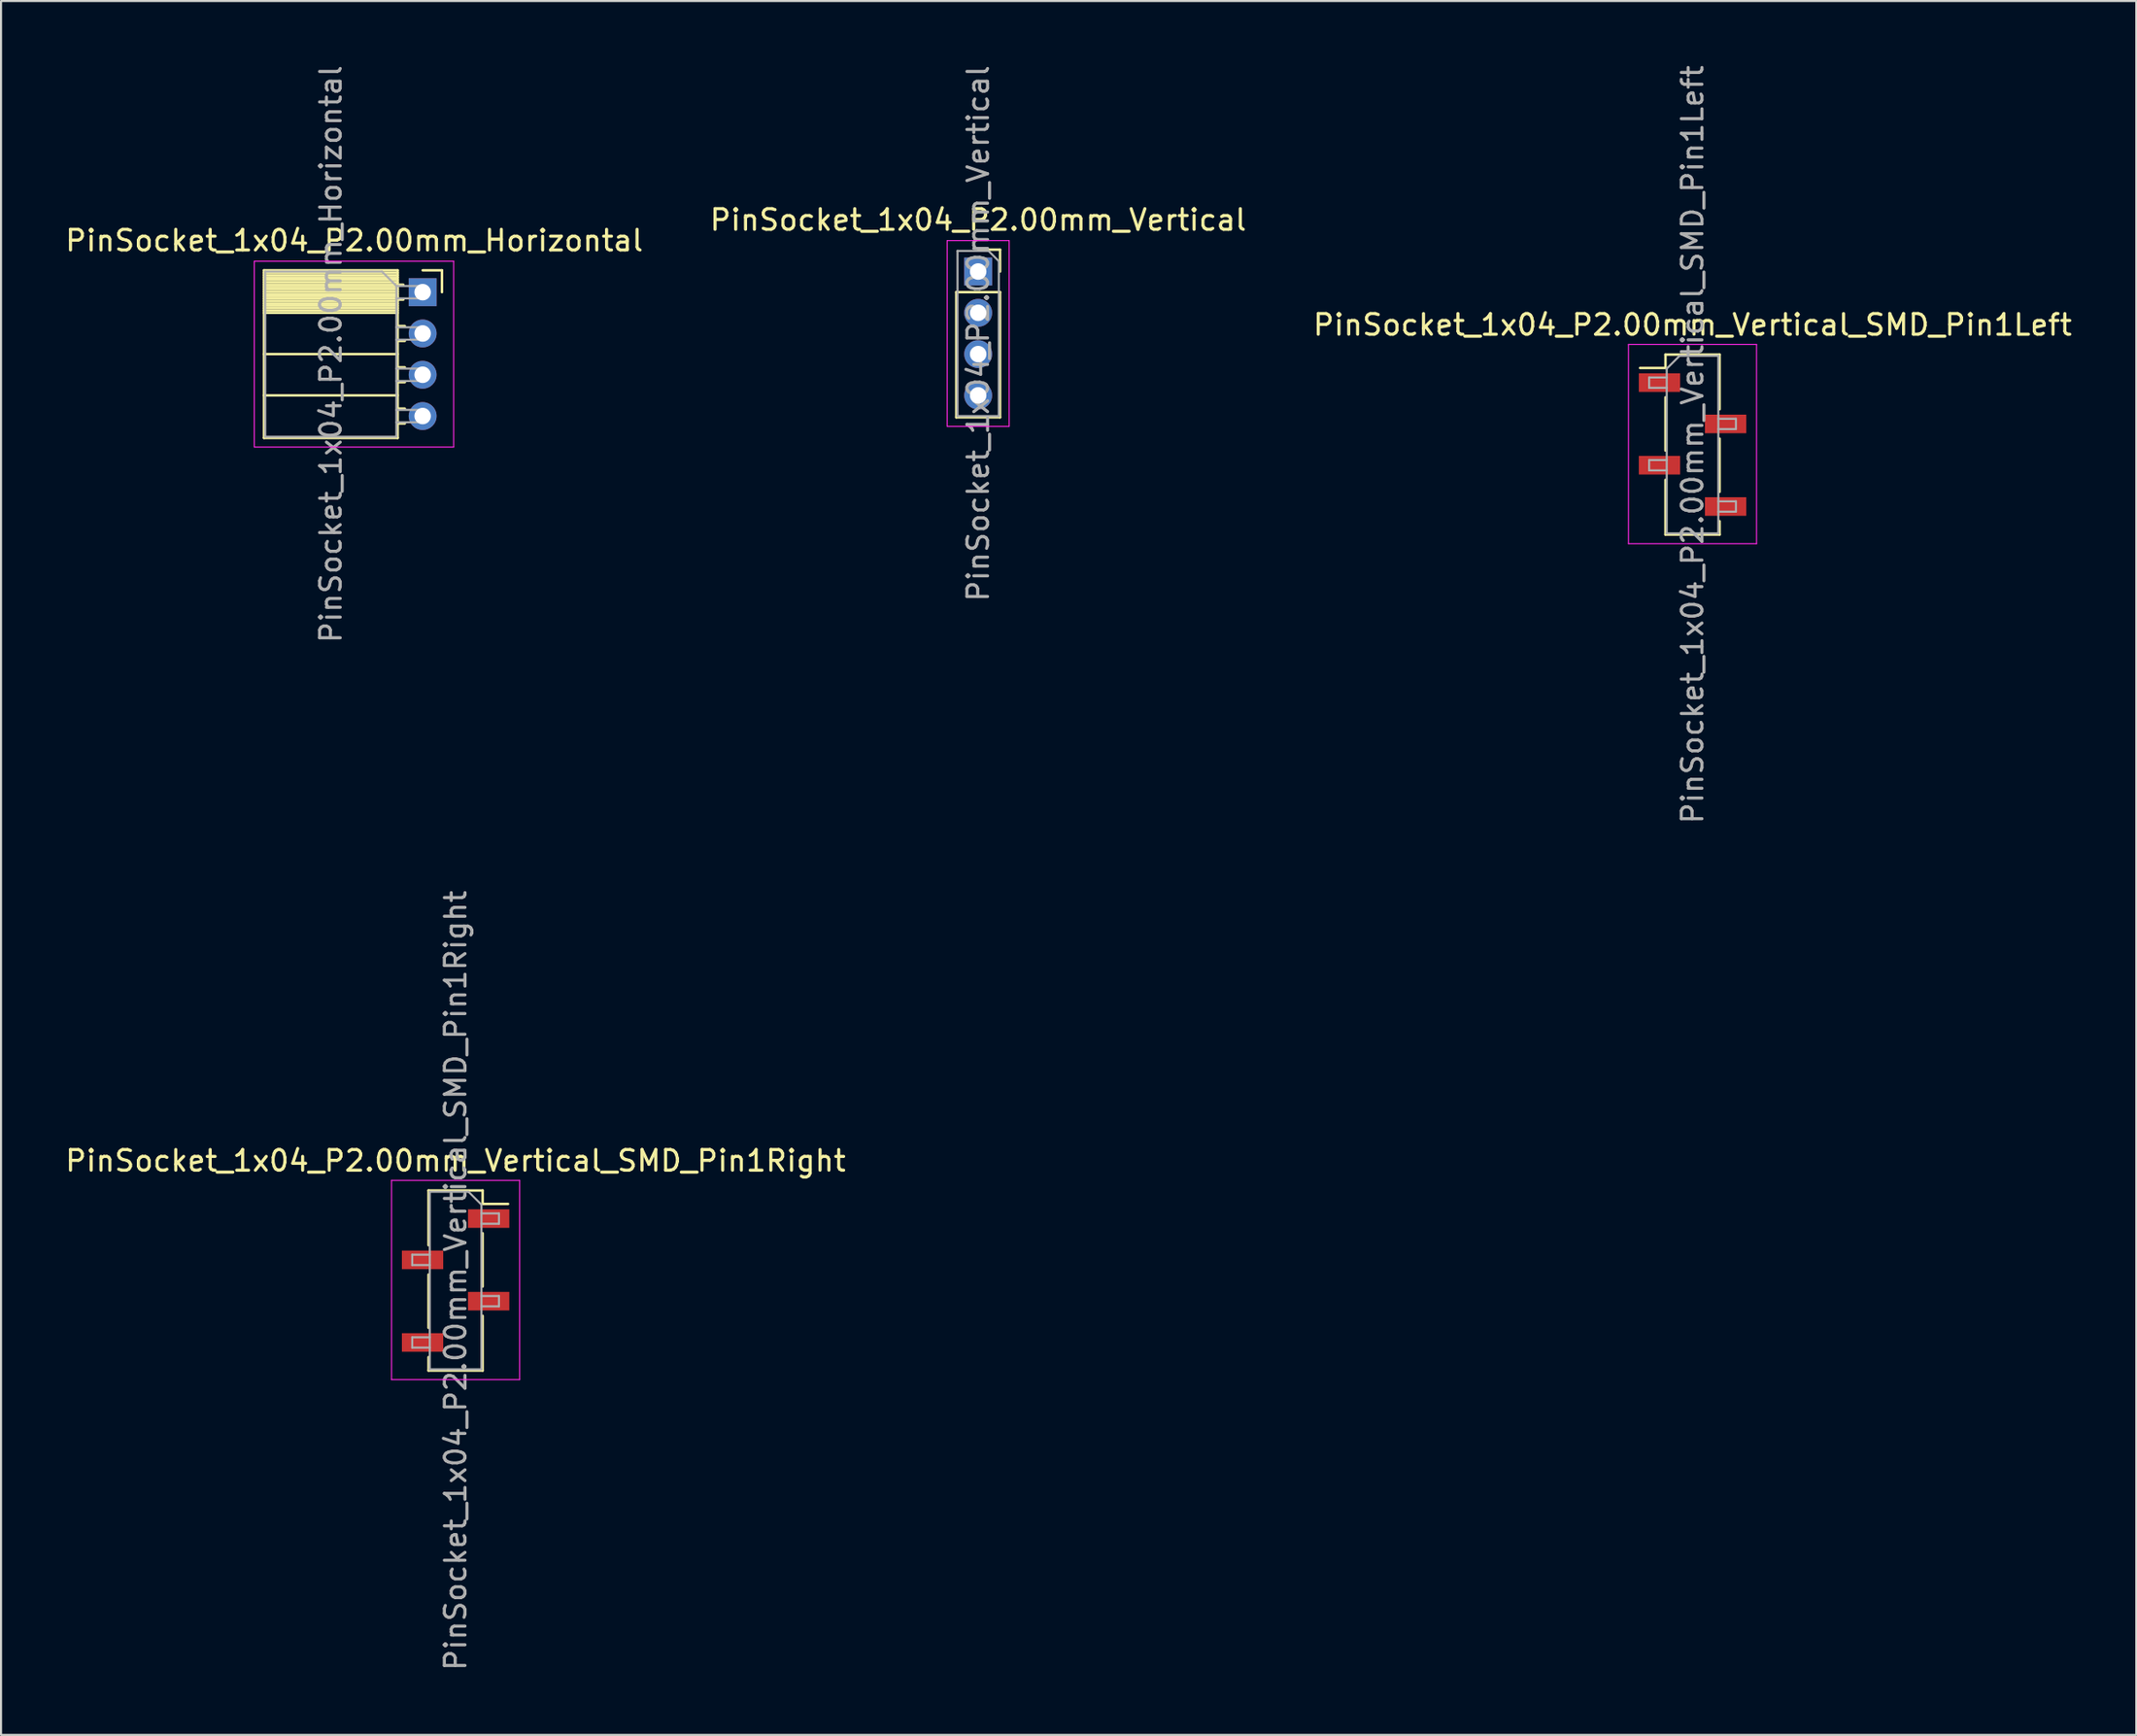
<source format=kicad_pcb>
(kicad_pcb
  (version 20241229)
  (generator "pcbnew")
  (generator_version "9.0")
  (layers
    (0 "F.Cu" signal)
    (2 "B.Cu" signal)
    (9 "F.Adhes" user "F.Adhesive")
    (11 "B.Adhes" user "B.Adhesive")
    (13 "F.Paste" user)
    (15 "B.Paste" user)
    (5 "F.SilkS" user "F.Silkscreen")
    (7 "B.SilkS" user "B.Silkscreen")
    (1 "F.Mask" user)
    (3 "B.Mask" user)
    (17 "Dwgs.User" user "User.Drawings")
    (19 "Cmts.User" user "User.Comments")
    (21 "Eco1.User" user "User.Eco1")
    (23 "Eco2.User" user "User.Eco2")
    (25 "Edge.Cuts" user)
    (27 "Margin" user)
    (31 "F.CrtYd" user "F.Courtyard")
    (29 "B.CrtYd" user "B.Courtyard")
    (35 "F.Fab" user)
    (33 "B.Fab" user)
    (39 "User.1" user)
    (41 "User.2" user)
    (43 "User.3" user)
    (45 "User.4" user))
  (footprint "PinSocket_1x04_P2.00mm_Horizontal"
    (layer "F.Cu")
    (at 17.411 11.101)
    (property "Reference" "PinSocket_1x04_P2.00mm_Horizontal" (at -3.31 -2.5 0) (layer "F.SilkS") (effects (font (size 1 1) (thickness 0.15))))
    (attr through_hole)
    (fp_line (start -7.68 -1.06) (end -7.68 7.06) (stroke (width 0.12) (type solid)) (layer "F.SilkS"))
    (fp_line (start -7.68 -1.06) (end -1.21 -1.06) (stroke (width 0.12) (type solid)) (layer "F.SilkS"))
    (fp_line (start -7.68 -0.94) (end -1.21 -0.94) (stroke (width 0.12) (type solid)) (layer "F.SilkS"))
    (fp_line (start -7.68 -0.826) (end -1.21 -0.826) (stroke (width 0.12) (type solid)) (layer "F.SilkS"))
    (fp_line (start -7.68 -0.712) (end -1.21 -0.712) (stroke (width 0.12) (type solid)) (layer "F.SilkS"))
    (fp_line (start -7.68 -0.598) (end -1.21 -0.598) (stroke (width 0.12) (type solid)) (layer "F.SilkS"))
    (fp_line (start -7.68 -0.484) (end -1.21 -0.484) (stroke (width 0.12) (type solid)) (layer "F.SilkS"))
    (fp_line (start -7.68 -0.369) (end -1.21 -0.369) (stroke (width 0.12) (type solid)) (layer "F.SilkS"))
    (fp_line (start -7.68 -0.255) (end -1.21 -0.255) (stroke (width 0.12) (type solid)) (layer "F.SilkS"))
    (fp_line (start -7.68 -0.141) (end -1.21 -0.141) (stroke (width 0.12) (type solid)) (layer "F.SilkS"))
    (fp_line (start -7.68 -0.027) (end -1.21 -0.027) (stroke (width 0.12) (type solid)) (layer "F.SilkS"))
    (fp_line (start -7.68 0.087) (end -1.21 0.087) (stroke (width 0.12) (type solid)) (layer "F.SilkS"))
    (fp_line (start -7.68 0.201) (end -1.21 0.201) (stroke (width 0.12) (type solid)) (layer "F.SilkS"))
    (fp_line (start -7.68 0.315) (end -1.21 0.315) (stroke (width 0.12) (type solid)) (layer "F.SilkS"))
    (fp_line (start -7.68 0.429) (end -1.21 0.429) (stroke (width 0.12) (type solid)) (layer "F.SilkS"))
    (fp_line (start -7.68 0.544) (end -1.21 0.544) (stroke (width 0.12) (type solid)) (layer "F.SilkS"))
    (fp_line (start -7.68 0.658) (end -1.21 0.658) (stroke (width 0.12) (type solid)) (layer "F.SilkS"))
    (fp_line (start -7.68 0.772) (end -1.21 0.772) (stroke (width 0.12) (type solid)) (layer "F.SilkS"))
    (fp_line (start -7.68 0.886) (end -1.21 0.886) (stroke (width 0.12) (type solid)) (layer "F.SilkS"))
    (fp_line (start -7.68 1) (end -1.21 1) (stroke (width 0.12) (type solid)) (layer "F.SilkS"))
    (fp_line (start -7.68 3) (end -1.21 3) (stroke (width 0.12) (type solid)) (layer "F.SilkS"))
    (fp_line (start -7.68 5) (end -1.21 5) (stroke (width 0.12) (type solid)) (layer "F.SilkS"))
    (fp_line (start -7.68 7.06) (end -1.21 7.06) (stroke (width 0.12) (type solid)) (layer "F.SilkS"))
    (fp_line (start -1.21 -1.06) (end -1.21 7.06) (stroke (width 0.12) (type solid)) (layer "F.SilkS"))
    (fp_line (start -1.21 -0.36) (end -0.935 -0.36) (stroke (width 0.12) (type solid)) (layer "F.SilkS"))
    (fp_line (start -1.21 0.36) (end -0.935 0.36) (stroke (width 0.12) (type solid)) (layer "F.SilkS"))
    (fp_line (start -1.21 1.64) (end -0.863 1.64) (stroke (width 0.12) (type solid)) (layer "F.SilkS"))
    (fp_line (start -1.21 2.36) (end -0.863 2.36) (stroke (width 0.12) (type solid)) (layer "F.SilkS"))
    (fp_line (start -1.21 3.64) (end -0.863 3.64) (stroke (width 0.12) (type solid)) (layer "F.SilkS"))
    (fp_line (start -1.21 4.36) (end -0.863 4.36) (stroke (width 0.12) (type solid)) (layer "F.SilkS"))
    (fp_line (start -1.21 5.64) (end -0.863 5.64) (stroke (width 0.12) (type solid)) (layer "F.SilkS"))
    (fp_line (start -1.21 6.36) (end -0.863 6.36) (stroke (width 0.12) (type solid)) (layer "F.SilkS"))
    (fp_line (start 0 -1.06) (end 0.935 -1.06) (stroke (width 0.12) (type solid)) (layer "F.SilkS"))
    (fp_line (start 0.935 -1.06) (end 0.935 0) (stroke (width 0.12) (type solid)) (layer "F.SilkS"))
    (fp_line (start -8.15 -1.5) (end -8.15 7.5) (stroke (width 0.05) (type solid)) (layer "F.CrtYd"))
    (fp_line (start -8.15 7.5) (end 1.5 7.5) (stroke (width 0.05) (type solid)) (layer "F.CrtYd"))
    (fp_line (start 1.5 -1.5) (end -8.15 -1.5) (stroke (width 0.05) (type solid)) (layer "F.CrtYd"))
    (fp_line (start 1.5 7.5) (end 1.5 -1.5) (stroke (width 0.05) (type solid)) (layer "F.CrtYd"))
    (fp_line (start -7.62 -1) (end -1.97 -1) (stroke (width 0.1) (type solid)) (layer "F.Fab"))
    (fp_line (start -7.62 7) (end -7.62 -1) (stroke (width 0.1) (type solid)) (layer "F.Fab"))
    (fp_line (start -1.97 -1) (end -1.27 -0.3) (stroke (width 0.1) (type solid)) (layer "F.Fab"))
    (fp_line (start -1.27 -0.3) (end -1.27 7) (stroke (width 0.1) (type solid)) (layer "F.Fab"))
    (fp_line (start -1.27 0.3) (end 0 0.3) (stroke (width 0.1) (type solid)) (layer "F.Fab"))
    (fp_line (start -1.27 2.3) (end 0 2.3) (stroke (width 0.1) (type solid)) (layer "F.Fab"))
    (fp_line (start -1.27 4.3) (end 0 4.3) (stroke (width 0.1) (type solid)) (layer "F.Fab"))
    (fp_line (start -1.27 6.3) (end 0 6.3) (stroke (width 0.1) (type solid)) (layer "F.Fab"))
    (fp_line (start -1.27 7) (end -7.62 7) (stroke (width 0.1) (type solid)) (layer "F.Fab"))
    (fp_line (start 0 -0.3) (end -1.27 -0.3) (stroke (width 0.1) (type solid)) (layer "F.Fab"))
    (fp_line (start 0 0.3) (end 0 -0.3) (stroke (width 0.1) (type solid)) (layer "F.Fab"))
    (fp_line (start 0 1.7) (end -1.27 1.7) (stroke (width 0.1) (type solid)) (layer "F.Fab"))
    (fp_line (start 0 2.3) (end 0 1.7) (stroke (width 0.1) (type solid)) (layer "F.Fab"))
    (fp_line (start 0 3.7) (end -1.27 3.7) (stroke (width 0.1) (type solid)) (layer "F.Fab"))
    (fp_line (start 0 4.3) (end 0 3.7) (stroke (width 0.1) (type solid)) (layer "F.Fab"))
    (fp_line (start 0 5.7) (end -1.27 5.7) (stroke (width 0.1) (type solid)) (layer "F.Fab"))
    (fp_line (start 0 6.3) (end 0 5.7) (stroke (width 0.1) (type solid)) (layer "F.Fab"))
    (fp_text user "${REFERENCE}" (at -4.445 3 90) (layer "F.Fab") (effects (font (size 1 1) (thickness 0.15))))
    (pad "1" thru_hole rect (at 0 0) (size 1.35 1.35) (drill 0.8) (layers "*.Cu" "*.Mask"))
    (pad "2" thru_hole oval (at 0 2) (size 1.35 1.35) (drill 0.8) (layers "*.Cu" "*.Mask"))
    (pad "3" thru_hole oval (at 0 4) (size 1.35 1.35) (drill 0.8) (layers "*.Cu" "*.Mask"))
    (pad "4" thru_hole oval (at 0 6) (size 1.35 1.35) (drill 0.8) (layers "*.Cu" "*.Mask")))
  (footprint "PinSocket_1x04_P2.00mm_Vertical"
    (layer "F.Cu")
    (at 44.304 10.101)
    (property "Reference" "PinSocket_1x04_P2.00mm_Vertical" (at 0 -2.5 0) (layer "F.SilkS") (effects (font (size 1 1) (thickness 0.15))))
    (attr through_hole)
    (fp_line (start -1.06 1) (end -1.06 7.06) (stroke (width 0.12) (type solid)) (layer "F.SilkS"))
    (fp_line (start -1.06 1) (end 1.06 1) (stroke (width 0.12) (type solid)) (layer "F.SilkS"))
    (fp_line (start -1.06 7.06) (end 1.06 7.06) (stroke (width 0.12) (type solid)) (layer "F.SilkS"))
    (fp_line (start 0 -1.06) (end 1.06 -1.06) (stroke (width 0.12) (type solid)) (layer "F.SilkS"))
    (fp_line (start 1.06 -1.06) (end 1.06 0) (stroke (width 0.12) (type solid)) (layer "F.SilkS"))
    (fp_line (start 1.06 1) (end 1.06 7.06) (stroke (width 0.12) (type solid)) (layer "F.SilkS"))
    (fp_line (start -1.5 -1.5) (end 1.5 -1.5) (stroke (width 0.05) (type solid)) (layer "F.CrtYd"))
    (fp_line (start -1.5 7.5) (end -1.5 -1.5) (stroke (width 0.05) (type solid)) (layer "F.CrtYd"))
    (fp_line (start 1.5 -1.5) (end 1.5 7.5) (stroke (width 0.05) (type solid)) (layer "F.CrtYd"))
    (fp_line (start 1.5 7.5) (end -1.5 7.5) (stroke (width 0.05) (type solid)) (layer "F.CrtYd"))
    (fp_line (start -1 -1) (end 0.5 -1) (stroke (width 0.1) (type solid)) (layer "F.Fab"))
    (fp_line (start -1 7) (end -1 -1) (stroke (width 0.1) (type solid)) (layer "F.Fab"))
    (fp_line (start 0.5 -1) (end 1 -0.5) (stroke (width 0.1) (type solid)) (layer "F.Fab"))
    (fp_line (start 1 -0.5) (end 1 7) (stroke (width 0.1) (type solid)) (layer "F.Fab"))
    (fp_line (start 1 7) (end -1 7) (stroke (width 0.1) (type solid)) (layer "F.Fab"))
    (fp_text user "${REFERENCE}" (at 0 3 90) (layer "F.Fab") (effects (font (size 1 1) (thickness 0.15))))
    (pad "1" thru_hole rect (at 0 0) (size 1.35 1.35) (drill 0.8) (layers "*.Cu" "*.Mask"))
    (pad "2" thru_hole oval (at 0 2) (size 1.35 1.35) (drill 0.8) (layers "*.Cu" "*.Mask"))
    (pad "3" thru_hole oval (at 0 4) (size 1.35 1.35) (drill 0.8) (layers "*.Cu" "*.Mask"))
    (pad "4" thru_hole oval (at 0 6) (size 1.35 1.35) (drill 0.8) (layers "*.Cu" "*.Mask")))
  (footprint "PinSocket_1x04_P2.00mm_Vertical_SMD_Pin1Left"
    (layer "F.Cu")
    (at 78.887 18.482)
    (property "Reference" "PinSocket_1x04_P2.00mm_Vertical_SMD_Pin1Left" (at 0 -5.8 0) (layer "F.SilkS") (effects (font (size 1 1) (thickness 0.15))))
    (attr smd)
    (fp_line (start -2.54 -3.71) (end -1.31 -3.71) (stroke (width 0.12) (type solid)) (layer "F.SilkS"))
    (fp_line (start -1.31 -4.36) (end -1.31 -3.71) (stroke (width 0.12) (type solid)) (layer "F.SilkS"))
    (fp_line (start -1.31 -4.36) (end 1.31 -4.36) (stroke (width 0.12) (type solid)) (layer "F.SilkS"))
    (fp_line (start -1.31 -2.29) (end -1.31 0.29) (stroke (width 0.12) (type solid)) (layer "F.SilkS"))
    (fp_line (start -1.31 1.71) (end -1.31 4.36) (stroke (width 0.12) (type solid)) (layer "F.SilkS"))
    (fp_line (start -1.31 4.36) (end 1.31 4.36) (stroke (width 0.12) (type solid)) (layer "F.SilkS"))
    (fp_line (start 1.31 -4.36) (end 1.31 -1.71) (stroke (width 0.12) (type solid)) (layer "F.SilkS"))
    (fp_line (start 1.31 -0.29) (end 1.31 2.29) (stroke (width 0.12) (type solid)) (layer "F.SilkS"))
    (fp_line (start 1.31 3.71) (end 1.31 4.36) (stroke (width 0.12) (type solid)) (layer "F.SilkS"))
    (fp_line (start -3.1 -4.85) (end 3.1 -4.85) (stroke (width 0.05) (type solid)) (layer "F.CrtYd"))
    (fp_line (start -3.1 4.8) (end -3.1 -4.85) (stroke (width 0.05) (type solid)) (layer "F.CrtYd"))
    (fp_line (start 3.1 -4.85) (end 3.1 4.8) (stroke (width 0.05) (type solid)) (layer "F.CrtYd"))
    (fp_line (start 3.1 4.8) (end -3.1 4.8) (stroke (width 0.05) (type solid)) (layer "F.CrtYd"))
    (fp_line (start -2.1 -3.25) (end -1.25 -3.25) (stroke (width 0.1) (type solid)) (layer "F.Fab"))
    (fp_line (start -2.1 -2.75) (end -2.1 -3.25) (stroke (width 0.1) (type solid)) (layer "F.Fab"))
    (fp_line (start -2.1 0.75) (end -1.25 0.75) (stroke (width 0.1) (type solid)) (layer "F.Fab"))
    (fp_line (start -2.1 1.25) (end -2.1 0.75) (stroke (width 0.1) (type solid)) (layer "F.Fab"))
    (fp_line (start -1.25 -3.675) (end -0.625 -4.3) (stroke (width 0.1) (type solid)) (layer "F.Fab"))
    (fp_line (start -1.25 -2.75) (end -2.1 -2.75) (stroke (width 0.1) (type solid)) (layer "F.Fab"))
    (fp_line (start -1.25 1.25) (end -2.1 1.25) (stroke (width 0.1) (type solid)) (layer "F.Fab"))
    (fp_line (start -1.25 4.3) (end -1.25 -3.675) (stroke (width 0.1) (type solid)) (layer "F.Fab"))
    (fp_line (start -0.625 -4.3) (end 1.25 -4.3) (stroke (width 0.1) (type solid)) (layer "F.Fab"))
    (fp_line (start 1.25 -4.3) (end 1.25 4.3) (stroke (width 0.1) (type solid)) (layer "F.Fab"))
    (fp_line (start 1.25 -1.25) (end 2.1 -1.25) (stroke (width 0.1) (type solid)) (layer "F.Fab"))
    (fp_line (start 1.25 2.75) (end 2.1 2.75) (stroke (width 0.1) (type solid)) (layer "F.Fab"))
    (fp_line (start 1.25 4.3) (end -1.25 4.3) (stroke (width 0.1) (type solid)) (layer "F.Fab"))
    (fp_line (start 2.1 -1.25) (end 2.1 -0.75) (stroke (width 0.1) (type solid)) (layer "F.Fab"))
    (fp_line (start 2.1 -0.75) (end 1.25 -0.75) (stroke (width 0.1) (type solid)) (layer "F.Fab"))
    (fp_line (start 2.1 2.75) (end 2.1 3.25) (stroke (width 0.1) (type solid)) (layer "F.Fab"))
    (fp_line (start 2.1 3.25) (end 1.25 3.25) (stroke (width 0.1) (type solid)) (layer "F.Fab"))
    (fp_text user "${REFERENCE}" (at 0 0 90) (layer "F.Fab") (effects (font (size 1 1) (thickness 0.15))))
    (pad "1" smd rect (at -1.6 -3) (size 2 0.9) (layers "F.Cu" "F.Mask" "F.Paste"))
    (pad "2" smd rect (at 1.6 -1) (size 2 0.9) (layers "F.Cu" "F.Mask" "F.Paste"))
    (pad "3" smd rect (at -1.6 1) (size 2 0.9) (layers "F.Cu" "F.Mask" "F.Paste"))
    (pad "4" smd rect (at 1.6 3) (size 2 0.9) (layers "F.Cu" "F.Mask" "F.Paste")))
  (footprint "PinSocket_1x04_P2.00mm_Vertical_SMD_Pin1Right"
    (layer "F.Cu")
    (at 19.006 58.97)
    (property "Reference" "PinSocket_1x04_P2.00mm_Vertical_SMD_Pin1Right" (at 0 -5.8 0) (layer "F.SilkS") (effects (font (size 1 1) (thickness 0.15))))
    (attr smd)
    (fp_line (start -1.31 -4.36) (end -1.31 -1.71) (stroke (width 0.12) (type solid)) (layer "F.SilkS"))
    (fp_line (start -1.31 -4.36) (end 1.31 -4.36) (stroke (width 0.12) (type solid)) (layer "F.SilkS"))
    (fp_line (start -1.31 -0.29) (end -1.31 2.29) (stroke (width 0.12) (type solid)) (layer "F.SilkS"))
    (fp_line (start -1.31 3.71) (end -1.31 4.36) (stroke (width 0.12) (type solid)) (layer "F.SilkS"))
    (fp_line (start -1.31 4.36) (end 1.31 4.36) (stroke (width 0.12) (type solid)) (layer "F.SilkS"))
    (fp_line (start 1.31 -4.36) (end 1.31 -3.71) (stroke (width 0.12) (type solid)) (layer "F.SilkS"))
    (fp_line (start 1.31 -3.71) (end 2.54 -3.71) (stroke (width 0.12) (type solid)) (layer "F.SilkS"))
    (fp_line (start 1.31 -2.29) (end 1.31 0.29) (stroke (width 0.12) (type solid)) (layer "F.SilkS"))
    (fp_line (start 1.31 1.71) (end 1.31 4.36) (stroke (width 0.12) (type solid)) (layer "F.SilkS"))
    (fp_line (start -3.1 -4.85) (end 3.1 -4.85) (stroke (width 0.05) (type solid)) (layer "F.CrtYd"))
    (fp_line (start -3.1 4.8) (end -3.1 -4.85) (stroke (width 0.05) (type solid)) (layer "F.CrtYd"))
    (fp_line (start 3.1 -4.85) (end 3.1 4.8) (stroke (width 0.05) (type solid)) (layer "F.CrtYd"))
    (fp_line (start 3.1 4.8) (end -3.1 4.8) (stroke (width 0.05) (type solid)) (layer "F.CrtYd"))
    (fp_line (start -2.1 -1.25) (end -1.25 -1.25) (stroke (width 0.1) (type solid)) (layer "F.Fab"))
    (fp_line (start -2.1 -0.75) (end -2.1 -1.25) (stroke (width 0.1) (type solid)) (layer "F.Fab"))
    (fp_line (start -2.1 2.75) (end -1.25 2.75) (stroke (width 0.1) (type solid)) (layer "F.Fab"))
    (fp_line (start -2.1 3.25) (end -2.1 2.75) (stroke (width 0.1) (type solid)) (layer "F.Fab"))
    (fp_line (start -1.25 -4.3) (end 0.625 -4.3) (stroke (width 0.1) (type solid)) (layer "F.Fab"))
    (fp_line (start -1.25 -0.75) (end -2.1 -0.75) (stroke (width 0.1) (type solid)) (layer "F.Fab"))
    (fp_line (start -1.25 3.25) (end -2.1 3.25) (stroke (width 0.1) (type solid)) (layer "F.Fab"))
    (fp_line (start -1.25 4.3) (end -1.25 -4.3) (stroke (width 0.1) (type solid)) (layer "F.Fab"))
    (fp_line (start 0.625 -4.3) (end 1.25 -3.675) (stroke (width 0.1) (type solid)) (layer "F.Fab"))
    (fp_line (start 1.25 -3.675) (end 1.25 4.3) (stroke (width 0.1) (type solid)) (layer "F.Fab"))
    (fp_line (start 1.25 -3.25) (end 2.1 -3.25) (stroke (width 0.1) (type solid)) (layer "F.Fab"))
    (fp_line (start 1.25 0.75) (end 2.1 0.75) (stroke (width 0.1) (type solid)) (layer "F.Fab"))
    (fp_line (start 1.25 4.3) (end -1.25 4.3) (stroke (width 0.1) (type solid)) (layer "F.Fab"))
    (fp_line (start 2.1 -3.25) (end 2.1 -2.75) (stroke (width 0.1) (type solid)) (layer "F.Fab"))
    (fp_line (start 2.1 -2.75) (end 1.25 -2.75) (stroke (width 0.1) (type solid)) (layer "F.Fab"))
    (fp_line (start 2.1 0.75) (end 2.1 1.25) (stroke (width 0.1) (type solid)) (layer "F.Fab"))
    (fp_line (start 2.1 1.25) (end 1.25 1.25) (stroke (width 0.1) (type solid)) (layer "F.Fab"))
    (fp_text user "${REFERENCE}" (at 0 0 90) (layer "F.Fab") (effects (font (size 1 1) (thickness 0.15))))
    (pad "1" smd rect (at 1.6 -3) (size 2 0.9) (layers "F.Cu" "F.Mask" "F.Paste"))
    (pad "2" smd rect (at -1.6 -1) (size 2 0.9) (layers "F.Cu" "F.Mask" "F.Paste"))
    (pad "3" smd rect (at 1.6 1) (size 2 0.9) (layers "F.Cu" "F.Mask" "F.Paste"))
    (pad "4" smd rect (at -1.6 3) (size 2 0.9) (layers "F.Cu" "F.Mask" "F.Paste")))
  (gr_rect
    (start -3 -3)
    (end 100.369 80.976)
    (stroke (width 0.1) (type default))
    (fill no)
    (layer "Edge.Cuts")))
</source>
